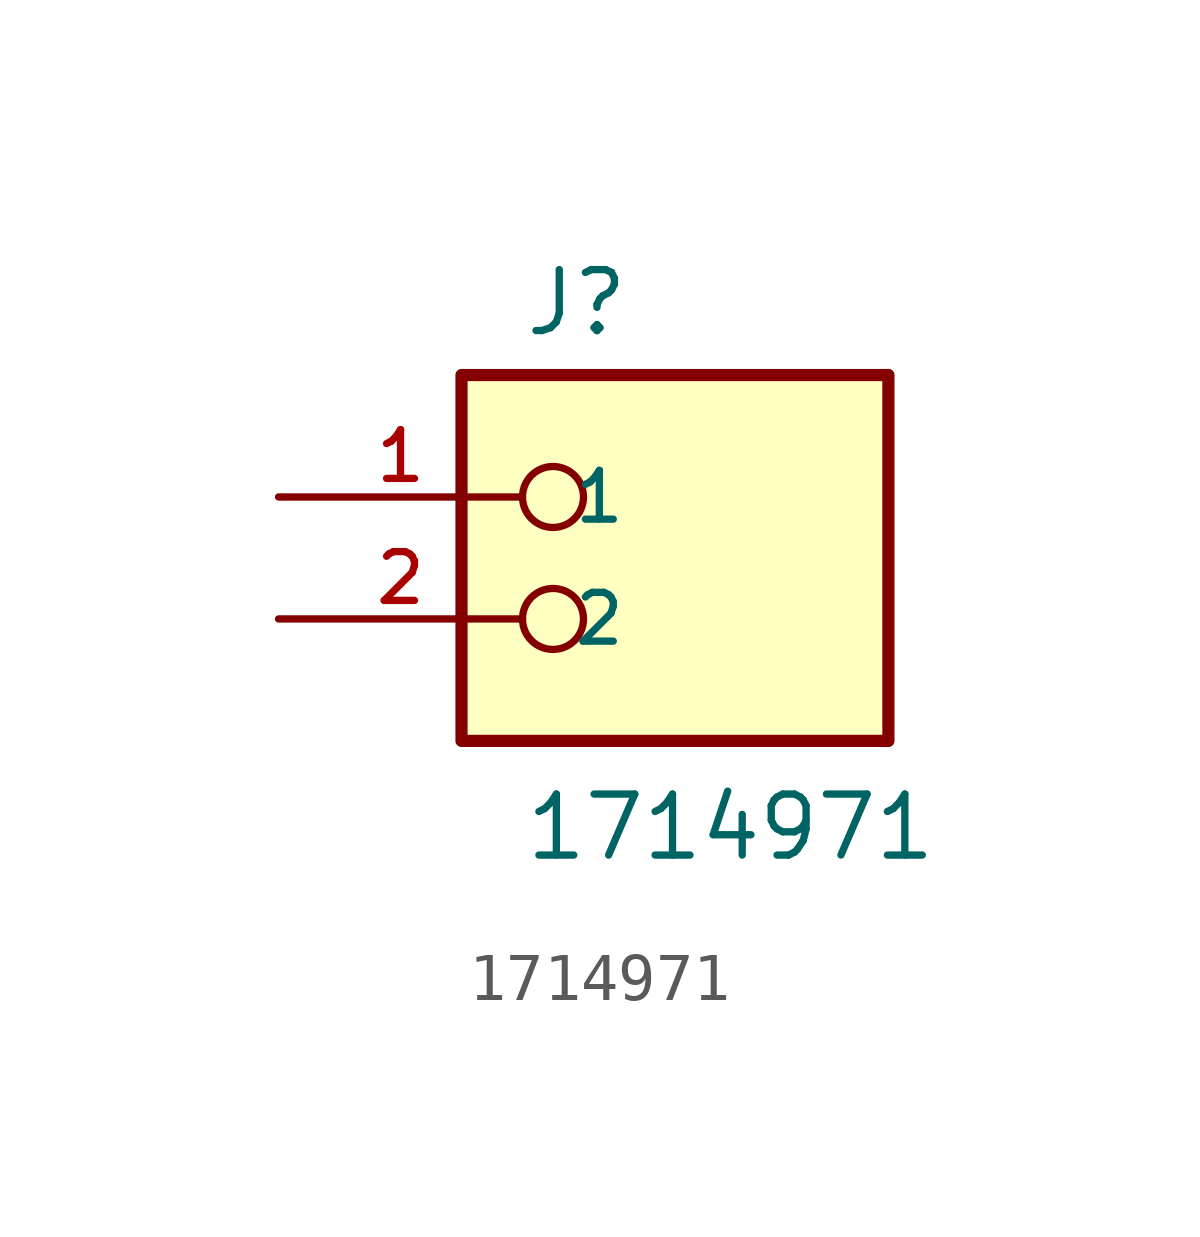
<source format=kicad_sym>
(kicad_symbol_lib
  (version 20211014)
  (generator kicad_symbol_editor)
  (symbol "1714971"
    (pin_names
      (offset 1.016))
    (property "Reference" "J"
      (at -2.54 3.302 0)
      (effects (font (size 1.27 1.27)) (justify bottom left)))
    (property "Value" "1714971"
      (at -2.54 -7.62 0)
      (effects (font (size 1.27 1.27)) (justify bottom left)))
    (symbol "1714971_0_0"
      (circle (center -1.905 0.0) (radius 0.635) (stroke (width 0.152)) (fill (type none)))
      (circle (center -1.905 -2.54) (radius 0.635) (stroke (width 0.152)) (fill (type none)))
      (rectangle (start -3.81 -5.08) (end 5.08 2.54) (stroke (width 0.254)) (fill (type background)))
      (pin passive line (at -7.62 0.0 0) (length 5.08) (name "1" (effects (font (size 1.016 1.016)))) (number "1" (effects (font (size 1.016 1.016)))))
      (pin passive line (at -7.62 -2.54 0) (length 5.08) (name "2" (effects (font (size 1.016 1.016)))) (number "2" (effects (font (size 1.016 1.016))))))))
</source>
